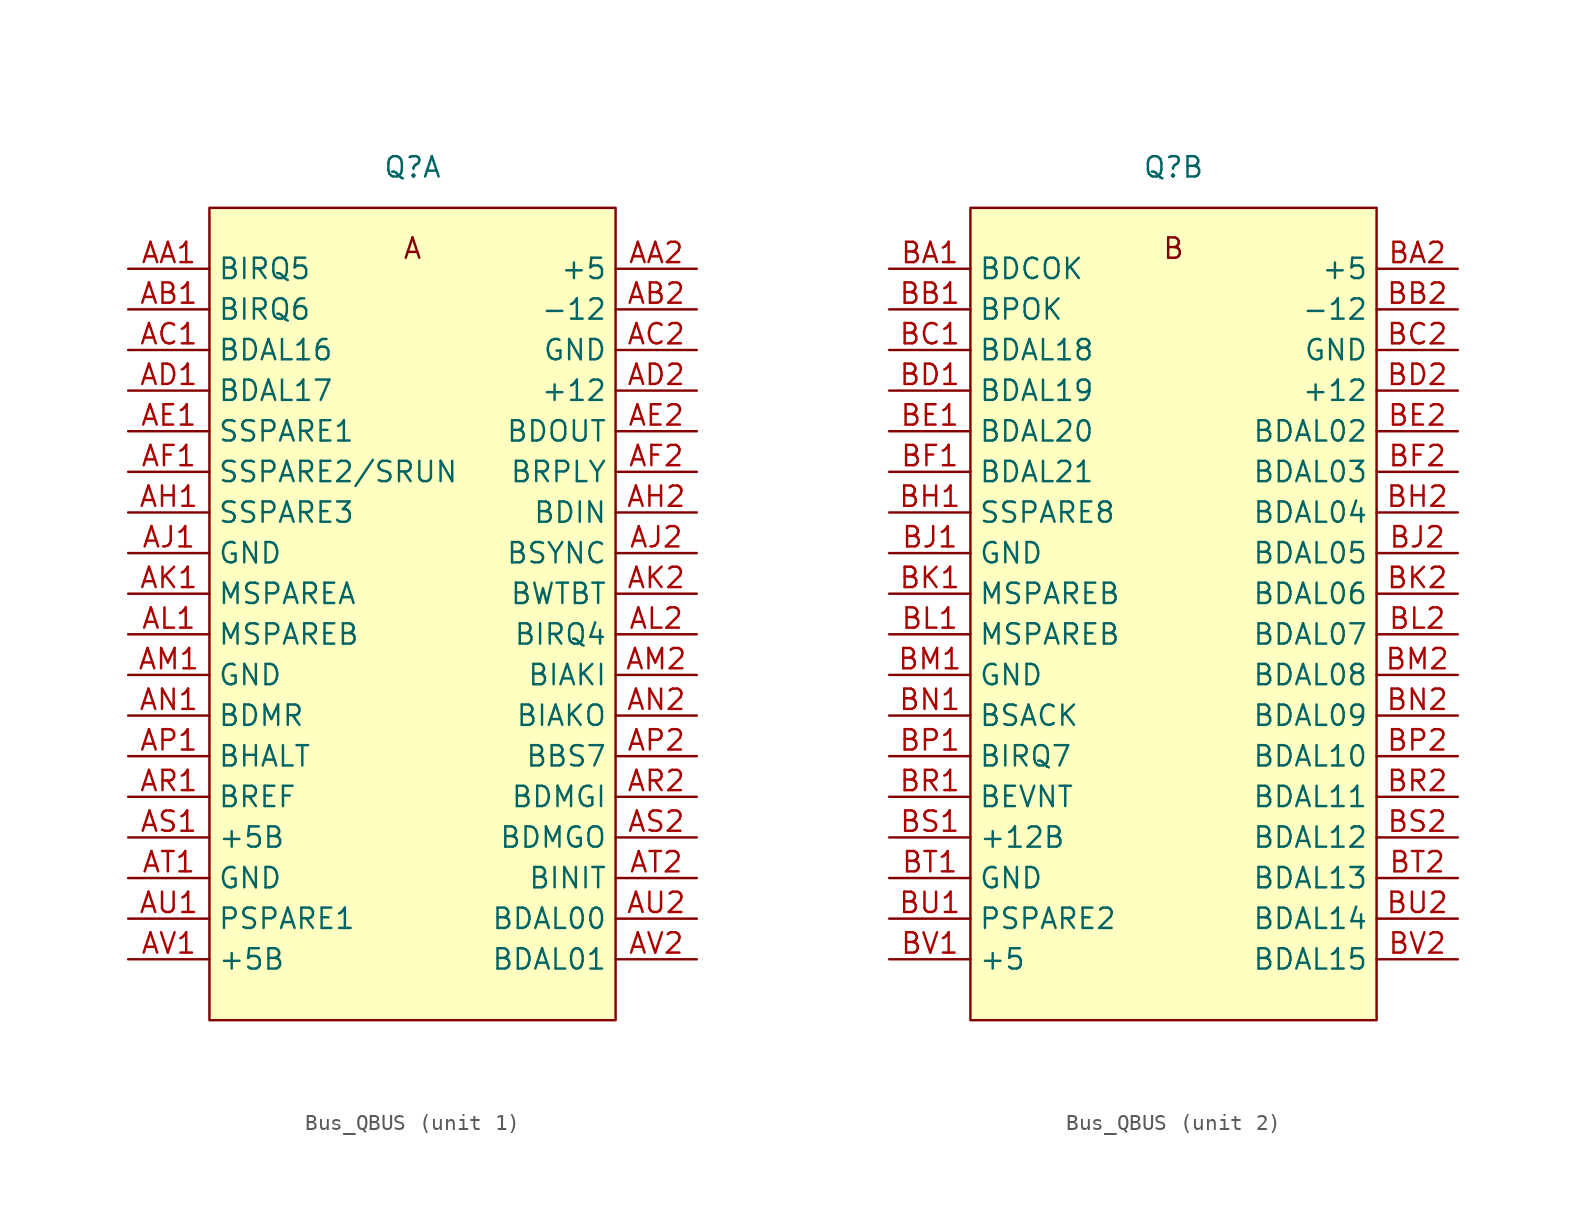
<source format=kicad_sym>
(kicad_symbol_lib
  (version 20211014)
  (generator kicad_symbol_editor)
  (symbol "Bus_QBUS"
    (property "Reference" "Q"
      (at 0 27.94 0)
      (effects (font (size 1.27 1.27))))
    (property "ki_locked" ""
      (at 0 0 0)
      (effects (font (size 1.27 1.27))))
    (symbol "Bus_QBUS_1_0"
      (text "A" (at 0 22.86 0) (effects (font (size 1.27 1.27))))
      (pin tri_state line (at -17.78 21.59 0) (length 5.08) (name "BIRQ5" (effects (font (size 1.27 1.27)))) (number "AA1" (effects (font (size 1.27 1.27)))))
      (pin power_in line (at 17.78 21.59 180) (length 5.08) (name "+5" (effects (font (size 1.27 1.27)))) (number "AA2" (effects (font (size 1.27 1.27)))))
      (pin tri_state line (at -17.78 19.05 0) (length 5.08) (name "BIRQ6" (effects (font (size 1.27 1.27)))) (number "AB1" (effects (font (size 1.27 1.27)))))
      (pin power_in line (at 17.78 19.05 180) (length 5.08) (name "-12" (effects (font (size 1.27 1.27)))) (number "AB2" (effects (font (size 1.27 1.27)))))
      (pin tri_state line (at -17.78 16.51 0) (length 5.08) (name "BDAL16" (effects (font (size 1.27 1.27)))) (number "AC1" (effects (font (size 1.27 1.27)))))
      (pin power_in line (at 17.78 16.51 180) (length 5.08) (name "GND" (effects (font (size 1.27 1.27)))) (number "AC2" (effects (font (size 1.27 1.27)))))
      (pin tri_state line (at -17.78 13.97 0) (length 5.08) (name "BDAL17" (effects (font (size 1.27 1.27)))) (number "AD1" (effects (font (size 1.27 1.27)))))
      (pin power_in line (at 17.78 13.97 180) (length 5.08) (name "+12" (effects (font (size 1.27 1.27)))) (number "AD2" (effects (font (size 1.27 1.27)))))
      (pin free line (at -17.78 11.43 0) (length 5.08) (name "SSPARE1" (effects (font (size 1.27 1.27)))) (number "AE1" (effects (font (size 1.27 1.27)))))
      (pin tri_state line (at 17.78 11.43 180) (length 5.08) (name "BDOUT" (effects (font (size 1.27 1.27)))) (number "AE2" (effects (font (size 1.27 1.27)))))
      (pin input line (at -17.78 8.89 0) (length 5.08) (name "SSPARE2/SRUN" (effects (font (size 1.27 1.27)))) (number "AF1" (effects (font (size 1.27 1.27)))))
      (pin tri_state line (at 17.78 8.89 180) (length 5.08) (name "BRPLY" (effects (font (size 1.27 1.27)))) (number "AF2" (effects (font (size 1.27 1.27)))))
      (pin free line (at -17.78 6.35 0) (length 5.08) (name "SSPARE3" (effects (font (size 1.27 1.27)))) (number "AH1" (effects (font (size 1.27 1.27)))))
      (pin tri_state line (at 17.78 6.35 180) (length 5.08) (name "BDIN" (effects (font (size 1.27 1.27)))) (number "AH2" (effects (font (size 1.27 1.27)))))
      (pin power_in line (at -17.78 3.81 0) (length 5.08) (name "GND" (effects (font (size 1.27 1.27)))) (number "AJ1" (effects (font (size 1.27 1.27)))))
      (pin tri_state line (at 17.78 3.81 180) (length 5.08) (name "BSYNC" (effects (font (size 1.27 1.27)))) (number "AJ2" (effects (font (size 1.27 1.27)))))
      (pin free line (at -17.78 1.27 0) (length 5.08) (name "MSPAREA" (effects (font (size 1.27 1.27)))) (number "AK1" (effects (font (size 1.27 1.27)))))
      (pin tri_state line (at 17.78 1.27 180) (length 5.08) (name "BWTBT" (effects (font (size 1.27 1.27)))) (number "AK2" (effects (font (size 1.27 1.27)))))
      (pin free line (at -17.78 -1.27 0) (length 5.08) (name "MSPAREB" (effects (font (size 1.27 1.27)))) (number "AL1" (effects (font (size 1.27 1.27)))))
      (pin tri_state line (at 17.78 -1.27 180) (length 5.08) (name "BIRQ4" (effects (font (size 1.27 1.27)))) (number "AL2" (effects (font (size 1.27 1.27)))))
      (pin power_in line (at -17.78 -3.81 0) (length 5.08) (name "GND" (effects (font (size 1.27 1.27)))) (number "AM1" (effects (font (size 1.27 1.27)))))
      (pin input line (at 17.78 -3.81 180) (length 5.08) (name "BIAKI" (effects (font (size 1.27 1.27)))) (number "AM2" (effects (font (size 1.27 1.27)))))
      (pin tri_state line (at -17.78 -6.35 0) (length 5.08) (name "BDMR" (effects (font (size 1.27 1.27)))) (number "AN1" (effects (font (size 1.27 1.27)))))
      (pin output line (at 17.78 -6.35 180) (length 5.08) (name "BIAKO" (effects (font (size 1.27 1.27)))) (number "AN2" (effects (font (size 1.27 1.27)))))
      (pin input line (at -17.78 -8.89 0) (length 5.08) (name "BHALT" (effects (font (size 1.27 1.27)))) (number "AP1" (effects (font (size 1.27 1.27)))))
      (pin tri_state line (at 17.78 -8.89 180) (length 5.08) (name "BBS7" (effects (font (size 1.27 1.27)))) (number "AP2" (effects (font (size 1.27 1.27)))))
      (pin tri_state line (at -17.78 -11.43 0) (length 5.08) (name "BREF" (effects (font (size 1.27 1.27)))) (number "AR1" (effects (font (size 1.27 1.27)))))
      (pin input line (at 17.78 -11.43 180) (length 5.08) (name "BDMGI" (effects (font (size 1.27 1.27)))) (number "AR2" (effects (font (size 1.27 1.27)))))
      (pin power_in line (at -17.78 -13.97 0) (length 5.08) (name "+5B" (effects (font (size 1.27 1.27)))) (number "AS1" (effects (font (size 1.27 1.27)))))
      (pin output line (at 17.78 -13.97 180) (length 5.08) (name "BDMGO" (effects (font (size 1.27 1.27)))) (number "AS2" (effects (font (size 1.27 1.27)))))
      (pin power_in line (at -17.78 -16.51 0) (length 5.08) (name "GND" (effects (font (size 1.27 1.27)))) (number "AT1" (effects (font (size 1.27 1.27)))))
      (pin tri_state line (at 17.78 -16.51 180) (length 5.08) (name "BINIT" (effects (font (size 1.27 1.27)))) (number "AT2" (effects (font (size 1.27 1.27)))))
      (pin free line (at -17.78 -19.05 0) (length 5.08) (name "PSPARE1" (effects (font (size 1.27 1.27)))) (number "AU1" (effects (font (size 1.27 1.27)))))
      (pin tri_state line (at 17.78 -19.05 180) (length 5.08) (name "BDAL00" (effects (font (size 1.27 1.27)))) (number "AU2" (effects (font (size 1.27 1.27)))))
      (pin power_in line (at -17.78 -21.59 0) (length 5.08) (name "+5B" (effects (font (size 1.27 1.27)))) (number "AV1" (effects (font (size 1.27 1.27)))))
      (pin tri_state line (at 17.78 -21.59 180) (length 5.08) (name "BDAL01" (effects (font (size 1.27 1.27)))) (number "AV2" (effects (font (size 1.27 1.27))))))
    (symbol "Bus_QBUS_1_1"
      (rectangle (start -12.7 25.4) (end 12.7 -25.4) (stroke (width 0) (type default) (color 0 0 0 0)) (fill (type background))))
    (symbol "Bus_QBUS_2_0"
      (text "B" (at 0 22.86 0) (effects (font (size 1.27 1.27))))
      (pin input line (at -17.78 21.59 0) (length 5.08) (name "BDCOK" (effects (font (size 1.27 1.27)))) (number "BA1" (effects (font (size 1.27 1.27)))))
      (pin power_in line (at 17.78 21.59 180) (length 5.08) (name "+5" (effects (font (size 1.27 1.27)))) (number "BA2" (effects (font (size 1.27 1.27)))))
      (pin input line (at -17.78 19.05 0) (length 5.08) (name "BPOK" (effects (font (size 1.27 1.27)))) (number "BB1" (effects (font (size 1.27 1.27)))))
      (pin power_in line (at 17.78 19.05 180) (length 5.08) (name "-12" (effects (font (size 1.27 1.27)))) (number "BB2" (effects (font (size 1.27 1.27)))))
      (pin tri_state line (at -17.78 16.51 0) (length 5.08) (name "BDAL18" (effects (font (size 1.27 1.27)))) (number "BC1" (effects (font (size 1.27 1.27)))))
      (pin power_in line (at 17.78 16.51 180) (length 5.08) (name "GND" (effects (font (size 1.27 1.27)))) (number "BC2" (effects (font (size 1.27 1.27)))))
      (pin tri_state line (at -17.78 13.97 0) (length 5.08) (name "BDAL19" (effects (font (size 1.27 1.27)))) (number "BD1" (effects (font (size 1.27 1.27)))))
      (pin power_in line (at 17.78 13.97 180) (length 5.08) (name "+12" (effects (font (size 1.27 1.27)))) (number "BD2" (effects (font (size 1.27 1.27)))))
      (pin tri_state line (at -17.78 11.43 0) (length 5.08) (name "BDAL20" (effects (font (size 1.27 1.27)))) (number "BE1" (effects (font (size 1.27 1.27)))))
      (pin tri_state line (at 17.78 11.43 180) (length 5.08) (name "BDAL02" (effects (font (size 1.27 1.27)))) (number "BE2" (effects (font (size 1.27 1.27)))))
      (pin tri_state line (at -17.78 8.89 0) (length 5.08) (name "BDAL21" (effects (font (size 1.27 1.27)))) (number "BF1" (effects (font (size 1.27 1.27)))))
      (pin tri_state line (at 17.78 8.89 180) (length 5.08) (name "BDAL03" (effects (font (size 1.27 1.27)))) (number "BF2" (effects (font (size 1.27 1.27)))))
      (pin free line (at -17.78 6.35 0) (length 5.08) (name "SSPARE8" (effects (font (size 1.27 1.27)))) (number "BH1" (effects (font (size 1.27 1.27)))))
      (pin tri_state line (at 17.78 6.35 180) (length 5.08) (name "BDAL04" (effects (font (size 1.27 1.27)))) (number "BH2" (effects (font (size 1.27 1.27)))))
      (pin power_in line (at -17.78 3.81 0) (length 5.08) (name "GND" (effects (font (size 1.27 1.27)))) (number "BJ1" (effects (font (size 1.27 1.27)))))
      (pin tri_state line (at 17.78 3.81 180) (length 5.08) (name "BDAL05" (effects (font (size 1.27 1.27)))) (number "BJ2" (effects (font (size 1.27 1.27)))))
      (pin free line (at -17.78 1.27 0) (length 5.08) (name "MSPAREB" (effects (font (size 1.27 1.27)))) (number "BK1" (effects (font (size 1.27 1.27)))))
      (pin tri_state line (at 17.78 1.27 180) (length 5.08) (name "BDAL06" (effects (font (size 1.27 1.27)))) (number "BK2" (effects (font (size 1.27 1.27)))))
      (pin free line (at -17.78 -1.27 0) (length 5.08) (name "MSPAREB" (effects (font (size 1.27 1.27)))) (number "BL1" (effects (font (size 1.27 1.27)))))
      (pin tri_state line (at 17.78 -1.27 180) (length 5.08) (name "BDAL07" (effects (font (size 1.27 1.27)))) (number "BL2" (effects (font (size 1.27 1.27)))))
      (pin power_in line (at -17.78 -3.81 0) (length 5.08) (name "GND" (effects (font (size 1.27 1.27)))) (number "BM1" (effects (font (size 1.27 1.27)))))
      (pin tri_state line (at 17.78 -3.81 180) (length 5.08) (name "BDAL08" (effects (font (size 1.27 1.27)))) (number "BM2" (effects (font (size 1.27 1.27)))))
      (pin tri_state line (at -17.78 -6.35 0) (length 5.08) (name "BSACK" (effects (font (size 1.27 1.27)))) (number "BN1" (effects (font (size 1.27 1.27)))))
      (pin tri_state line (at 17.78 -6.35 180) (length 5.08) (name "BDAL09" (effects (font (size 1.27 1.27)))) (number "BN2" (effects (font (size 1.27 1.27)))))
      (pin tri_state line (at -17.78 -8.89 0) (length 5.08) (name "BIRQ7" (effects (font (size 1.27 1.27)))) (number "BP1" (effects (font (size 1.27 1.27)))))
      (pin tri_state line (at 17.78 -8.89 180) (length 5.08) (name "BDAL10" (effects (font (size 1.27 1.27)))) (number "BP2" (effects (font (size 1.27 1.27)))))
      (pin tri_state line (at -17.78 -11.43 0) (length 5.08) (name "BEVNT" (effects (font (size 1.27 1.27)))) (number "BR1" (effects (font (size 1.27 1.27)))))
      (pin tri_state line (at 17.78 -11.43 180) (length 5.08) (name "BDAL11" (effects (font (size 1.27 1.27)))) (number "BR2" (effects (font (size 1.27 1.27)))))
      (pin power_in line (at -17.78 -13.97 0) (length 5.08) (name "+12B" (effects (font (size 1.27 1.27)))) (number "BS1" (effects (font (size 1.27 1.27)))))
      (pin tri_state line (at 17.78 -13.97 180) (length 5.08) (name "BDAL12" (effects (font (size 1.27 1.27)))) (number "BS2" (effects (font (size 1.27 1.27)))))
      (pin power_in line (at -17.78 -16.51 0) (length 5.08) (name "GND" (effects (font (size 1.27 1.27)))) (number "BT1" (effects (font (size 1.27 1.27)))))
      (pin tri_state line (at 17.78 -16.51 180) (length 5.08) (name "BDAL13" (effects (font (size 1.27 1.27)))) (number "BT2" (effects (font (size 1.27 1.27)))))
      (pin free line (at -17.78 -19.05 0) (length 5.08) (name "PSPARE2" (effects (font (size 1.27 1.27)))) (number "BU1" (effects (font (size 1.27 1.27)))))
      (pin tri_state line (at 17.78 -19.05 180) (length 5.08) (name "BDAL14" (effects (font (size 1.27 1.27)))) (number "BU2" (effects (font (size 1.27 1.27)))))
      (pin power_in line (at -17.78 -21.59 0) (length 5.08) (name "+5" (effects (font (size 1.27 1.27)))) (number "BV1" (effects (font (size 1.27 1.27)))))
      (pin tri_state line (at 17.78 -21.59 180) (length 5.08) (name "BDAL15" (effects (font (size 1.27 1.27)))) (number "BV2" (effects (font (size 1.27 1.27))))))
    (symbol "Bus_QBUS_2_1"
      (rectangle (start -12.7 25.4) (end 12.7 -25.4) (stroke (width 0) (type default) (color 0 0 0 0)) (fill (type background))))))
</source>
